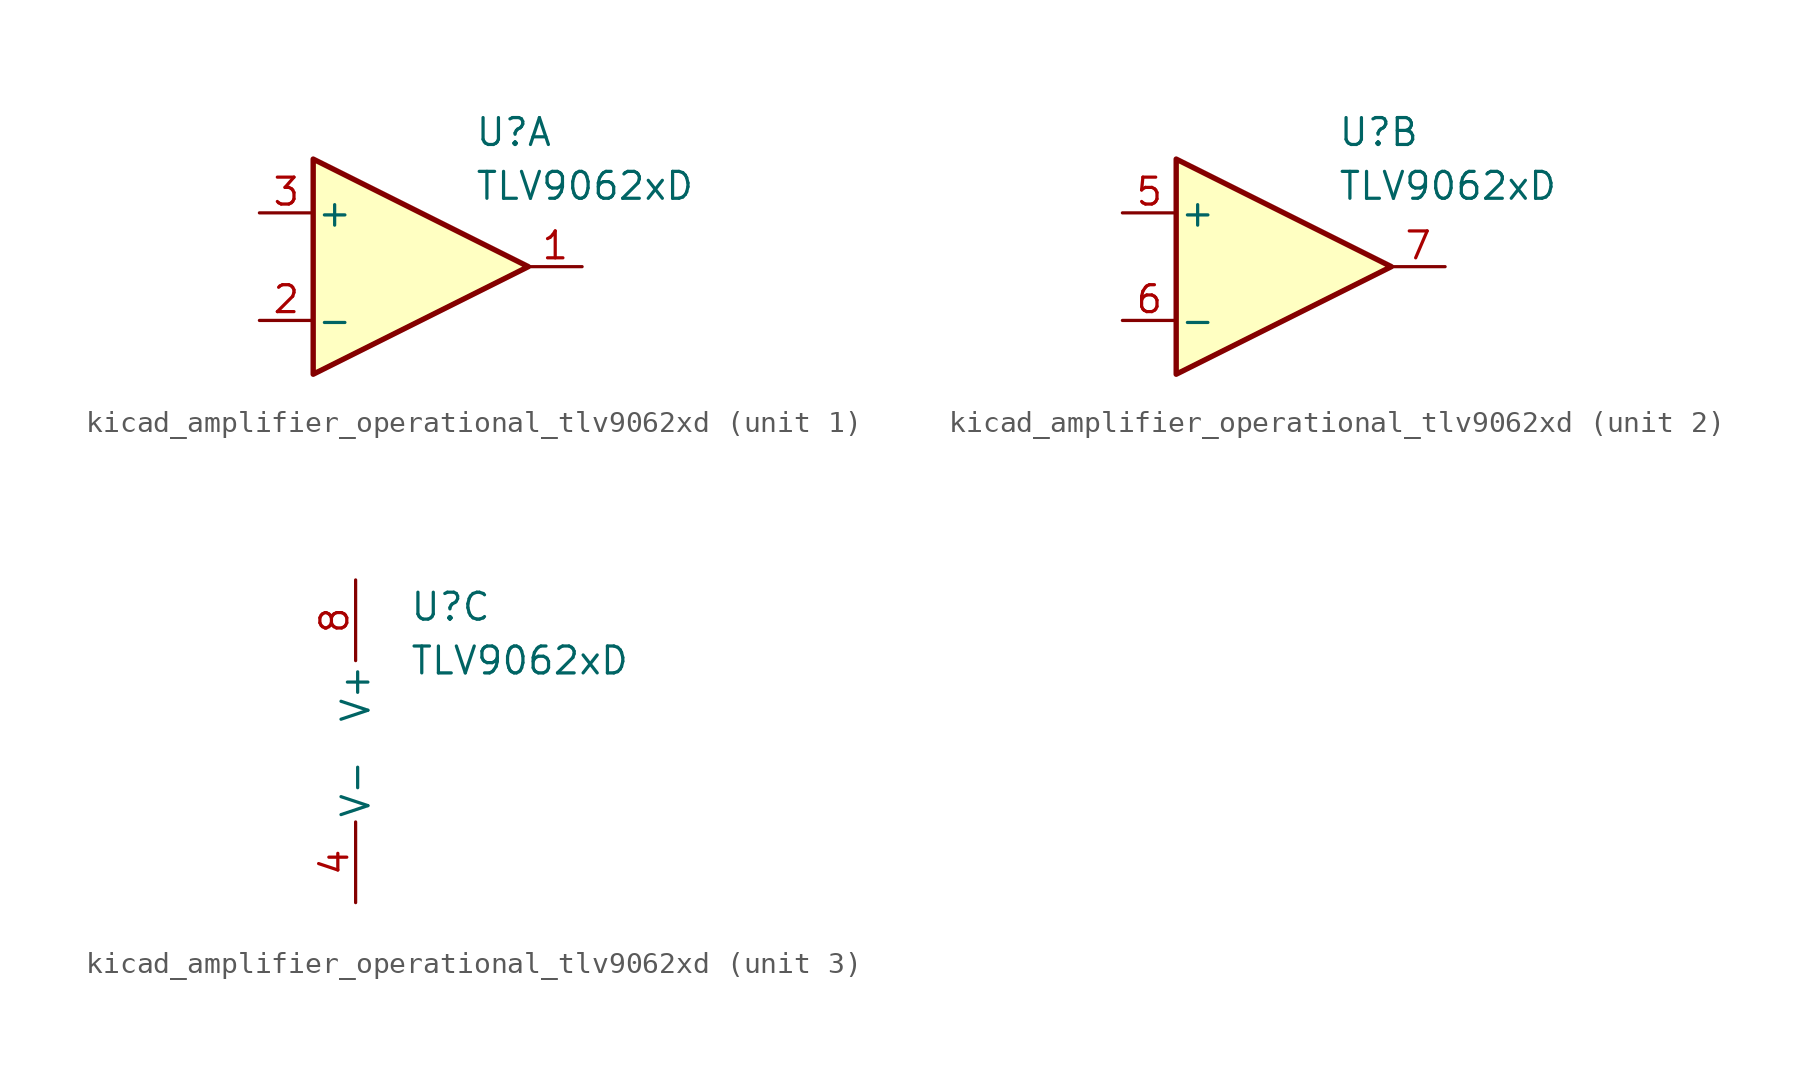
<source format=kicad_sym>
(kicad_symbol_lib
  (version 20220914)
  (generator kicad_symbol_editor)
  (symbol "kicad_amplifier_operational_tlv9062xd"
    (pin_names
      (offset 0.127))
    (property "Reference" "U"
      (at 2.54 6.35 0)
      (effects (font (size 1.27 1.27)) (justify left)))
    (property "Value" "TLV9062xD"
      (at 2.54 3.81 0)
      (effects (font (size 1.27 1.27)) (justify left)))
    (property "ki_locked" ""
      (at 0 0 0)
      (effects (font (size 1.27 1.27))))
    (symbol "kicad_amplifier_operational_tlv9062xd_1_1"
      (polyline (pts (xy 5.08 0) (xy -5.08 5.08) (xy -5.08 -5.08) (xy 5.08 0)) (stroke (width 0.254) (type default)) (fill (type background)))
      (pin output line (at 7.62 0 180) (length 2.54) (name "~" (effects (font (size 1.27 1.27)))) (number "1" (effects (font (size 1.27 1.27)))))
      (pin input line (at -7.62 -2.54 0) (length 2.54) (name "-" (effects (font (size 1.27 1.27)))) (number "2" (effects (font (size 1.27 1.27)))))
      (pin input line (at -7.62 2.54 0) (length 2.54) (name "+" (effects (font (size 1.27 1.27)))) (number "3" (effects (font (size 1.27 1.27))))))
    (symbol "kicad_amplifier_operational_tlv9062xd_2_1"
      (polyline (pts (xy 5.08 0) (xy -5.08 5.08) (xy -5.08 -5.08) (xy 5.08 0)) (stroke (width 0.254) (type default)) (fill (type background)))
      (pin input line (at -7.62 2.54 0) (length 2.54) (name "+" (effects (font (size 1.27 1.27)))) (number "5" (effects (font (size 1.27 1.27)))))
      (pin input line (at -7.62 -2.54 0) (length 2.54) (name "-" (effects (font (size 1.27 1.27)))) (number "6" (effects (font (size 1.27 1.27)))))
      (pin output line (at 7.62 0 180) (length 2.54) (name "~" (effects (font (size 1.27 1.27)))) (number "7" (effects (font (size 1.27 1.27))))))
    (symbol "kicad_amplifier_operational_tlv9062xd_3_1"
      (pin power_in line (at 0 -7.62 90) (length 3.81) (name "V-" (effects (font (size 1.27 1.27)))) (number "4" (effects (font (size 1.27 1.27)))))
      (pin power_in line (at 0 7.62 270) (length 3.81) (name "V+" (effects (font (size 1.27 1.27)))) (number "8" (effects (font (size 1.27 1.27))))))))
</source>
